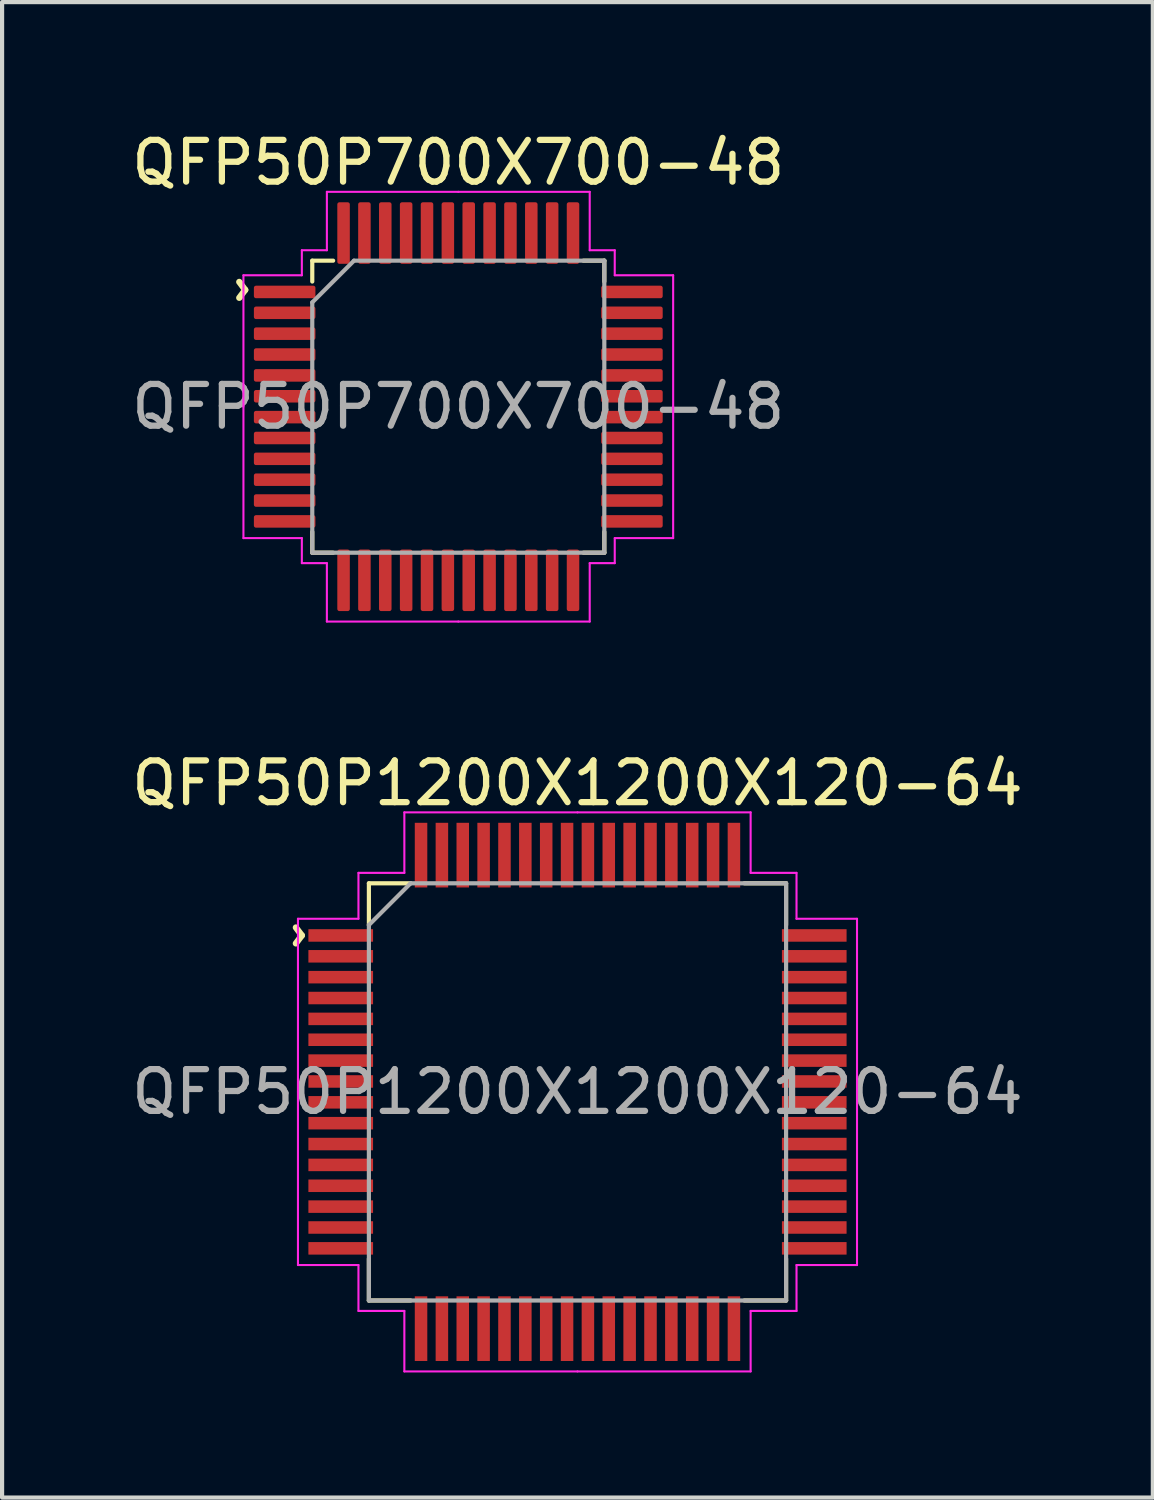
<source format=kicad_pcb>
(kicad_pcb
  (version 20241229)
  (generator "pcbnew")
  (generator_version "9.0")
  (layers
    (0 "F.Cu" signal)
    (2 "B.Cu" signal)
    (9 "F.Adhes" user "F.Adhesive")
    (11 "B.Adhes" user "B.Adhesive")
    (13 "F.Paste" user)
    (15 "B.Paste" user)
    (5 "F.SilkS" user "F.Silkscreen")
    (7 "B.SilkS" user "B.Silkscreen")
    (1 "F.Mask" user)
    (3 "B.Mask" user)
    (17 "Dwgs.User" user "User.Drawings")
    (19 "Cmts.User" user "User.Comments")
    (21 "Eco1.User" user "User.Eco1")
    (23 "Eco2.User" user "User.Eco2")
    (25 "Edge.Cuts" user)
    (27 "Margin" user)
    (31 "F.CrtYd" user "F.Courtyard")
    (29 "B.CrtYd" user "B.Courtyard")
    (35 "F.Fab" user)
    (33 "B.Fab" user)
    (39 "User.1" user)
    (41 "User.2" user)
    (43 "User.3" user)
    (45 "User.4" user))
  (footprint "QFP50P700X700-48"
    (layer "F.Cu")
    (at 7.935 6.698)
    (property "Reference" "QFP50P700X700-48" (at 0 -5.85 0) (layer "F.SilkS") (effects (font (size 1 1) (thickness 0.15))))
    (attr smd)
    (fp_line (start -3.5 -3.5) (end -3.5 -3) (stroke (width 0.1) (type solid)) (layer "F.SilkS"))
    (fp_line (start -3.5 3) (end -3.5 3.5) (stroke (width 0.1) (type solid)) (layer "F.SilkS"))
    (fp_line (start -3.5 3.5) (end -3 3.5) (stroke (width 0.1) (type solid)) (layer "F.SilkS"))
    (fp_line (start -3 -3.5) (end -3.5 -3.5) (stroke (width 0.1) (type solid)) (layer "F.SilkS"))
    (fp_line (start 3 3.5) (end 3.5 3.5) (stroke (width 0.1) (type solid)) (layer "F.SilkS"))
    (fp_line (start 3.5 -3.5) (end 3 -3.5) (stroke (width 0.1) (type solid)) (layer "F.SilkS"))
    (fp_line (start 3.5 -3) (end 3.5 -3.5) (stroke (width 0.1) (type solid)) (layer "F.SilkS"))
    (fp_line (start 3.5 3.5) (end 3.5 3) (stroke (width 0.1) (type solid)) (layer "F.SilkS"))
    (fp_line (start -5.15 -3.15) (end -5.15 0) (stroke (width 0.05) (type solid)) (layer "F.CrtYd"))
    (fp_line (start -5.15 3.15) (end -5.15 0) (stroke (width 0.05) (type solid)) (layer "F.CrtYd"))
    (fp_line (start -3.75 -3.75) (end -3.75 -3.15) (stroke (width 0.05) (type solid)) (layer "F.CrtYd"))
    (fp_line (start -3.75 -3.15) (end -5.15 -3.15) (stroke (width 0.05) (type solid)) (layer "F.CrtYd"))
    (fp_line (start -3.75 3.15) (end -5.15 3.15) (stroke (width 0.05) (type solid)) (layer "F.CrtYd"))
    (fp_line (start -3.75 3.75) (end -3.75 3.15) (stroke (width 0.05) (type solid)) (layer "F.CrtYd"))
    (fp_line (start -3.15 -5.15) (end -3.15 -3.75) (stroke (width 0.05) (type solid)) (layer "F.CrtYd"))
    (fp_line (start -3.15 -3.75) (end -3.75 -3.75) (stroke (width 0.05) (type solid)) (layer "F.CrtYd"))
    (fp_line (start -3.15 3.75) (end -3.75 3.75) (stroke (width 0.05) (type solid)) (layer "F.CrtYd"))
    (fp_line (start -3.15 5.15) (end -3.15 3.75) (stroke (width 0.05) (type solid)) (layer "F.CrtYd"))
    (fp_line (start 0 -5.15) (end -3.15 -5.15) (stroke (width 0.05) (type solid)) (layer "F.CrtYd"))
    (fp_line (start 0 -5.15) (end 3.15 -5.15) (stroke (width 0.05) (type solid)) (layer "F.CrtYd"))
    (fp_line (start 0 5.15) (end -3.15 5.15) (stroke (width 0.05) (type solid)) (layer "F.CrtYd"))
    (fp_line (start 0 5.15) (end 3.15 5.15) (stroke (width 0.05) (type solid)) (layer "F.CrtYd"))
    (fp_line (start 3.15 -5.15) (end 3.15 -3.75) (stroke (width 0.05) (type solid)) (layer "F.CrtYd"))
    (fp_line (start 3.15 -3.75) (end 3.75 -3.75) (stroke (width 0.05) (type solid)) (layer "F.CrtYd"))
    (fp_line (start 3.15 3.75) (end 3.75 3.75) (stroke (width 0.05) (type solid)) (layer "F.CrtYd"))
    (fp_line (start 3.15 5.15) (end 3.15 3.75) (stroke (width 0.05) (type solid)) (layer "F.CrtYd"))
    (fp_line (start 3.75 -3.75) (end 3.75 -3.15) (stroke (width 0.05) (type solid)) (layer "F.CrtYd"))
    (fp_line (start 3.75 -3.15) (end 5.15 -3.15) (stroke (width 0.05) (type solid)) (layer "F.CrtYd"))
    (fp_line (start 3.75 3.15) (end 5.15 3.15) (stroke (width 0.05) (type solid)) (layer "F.CrtYd"))
    (fp_line (start 3.75 3.75) (end 3.75 3.15) (stroke (width 0.05) (type solid)) (layer "F.CrtYd"))
    (fp_line (start 5.15 -3.15) (end 5.15 0) (stroke (width 0.05) (type solid)) (layer "F.CrtYd"))
    (fp_line (start 5.15 3.15) (end 5.15 0) (stroke (width 0.05) (type solid)) (layer "F.CrtYd"))
    (fp_line (start -3.5 -2.5) (end -2.5 -3.5) (stroke (width 0.1) (type solid)) (layer "F.Fab"))
    (fp_line (start -3.5 3.5) (end -3.5 -2.5) (stroke (width 0.1) (type solid)) (layer "F.Fab"))
    (fp_line (start -2.5 -3.5) (end 3.5 -3.5) (stroke (width 0.1) (type solid)) (layer "F.Fab"))
    (fp_line (start 3.5 -3.5) (end 3.5 3.5) (stroke (width 0.1) (type solid)) (layer "F.Fab"))
    (fp_line (start 3.5 3.5) (end -3.5 3.5) (stroke (width 0.1) (type solid)) (layer "F.Fab"))
    (fp_text user "^" (at -5.7 -2.8 270) (unlocked yes) (layer "F.SilkS") (effects (font (size 1 1) (thickness 0.15))))
    (fp_text user "${REFERENCE}" (at 0 0 0) (layer "F.Fab") (effects (font (size 1 1) (thickness 0.15))))
    (pad "1" smd roundrect (at -4.162 -2.75) (size 1.475 0.3) (layers "F.Cu" "F.Mask" "F.Paste") (roundrect_rratio 0.167))
    (pad "2" smd roundrect (at -4.162 -2.25) (size 1.475 0.3) (layers "F.Cu" "F.Mask" "F.Paste") (roundrect_rratio 0.167))
    (pad "3" smd roundrect (at -4.162 -1.75) (size 1.475 0.3) (layers "F.Cu" "F.Mask" "F.Paste") (roundrect_rratio 0.167))
    (pad "4" smd roundrect (at -4.162 -1.25) (size 1.475 0.3) (layers "F.Cu" "F.Mask" "F.Paste") (roundrect_rratio 0.167))
    (pad "5" smd roundrect (at -4.162 -0.75) (size 1.475 0.3) (layers "F.Cu" "F.Mask" "F.Paste") (roundrect_rratio 0.167))
    (pad "6" smd roundrect (at -4.162 -0.25) (size 1.475 0.3) (layers "F.Cu" "F.Mask" "F.Paste") (roundrect_rratio 0.167))
    (pad "7" smd roundrect (at -4.162 0.25) (size 1.475 0.3) (layers "F.Cu" "F.Mask" "F.Paste") (roundrect_rratio 0.167))
    (pad "8" smd roundrect (at -4.162 0.75) (size 1.475 0.3) (layers "F.Cu" "F.Mask" "F.Paste") (roundrect_rratio 0.167))
    (pad "9" smd roundrect (at -4.162 1.25) (size 1.475 0.3) (layers "F.Cu" "F.Mask" "F.Paste") (roundrect_rratio 0.167))
    (pad "10" smd roundrect (at -4.162 1.75) (size 1.475 0.3) (layers "F.Cu" "F.Mask" "F.Paste") (roundrect_rratio 0.167))
    (pad "11" smd roundrect (at -4.162 2.25) (size 1.475 0.3) (layers "F.Cu" "F.Mask" "F.Paste") (roundrect_rratio 0.167))
    (pad "12" smd roundrect (at -4.162 2.75) (size 1.475 0.3) (layers "F.Cu" "F.Mask" "F.Paste") (roundrect_rratio 0.167))
    (pad "13" smd roundrect (at -2.75 4.162) (size 0.3 1.475) (layers "F.Cu" "F.Mask" "F.Paste") (roundrect_rratio 0.167))
    (pad "14" smd roundrect (at -2.25 4.162) (size 0.3 1.475) (layers "F.Cu" "F.Mask" "F.Paste") (roundrect_rratio 0.167))
    (pad "15" smd roundrect (at -1.75 4.162) (size 0.3 1.475) (layers "F.Cu" "F.Mask" "F.Paste") (roundrect_rratio 0.167))
    (pad "16" smd roundrect (at -1.25 4.162) (size 0.3 1.475) (layers "F.Cu" "F.Mask" "F.Paste") (roundrect_rratio 0.167))
    (pad "17" smd roundrect (at -0.75 4.162) (size 0.3 1.475) (layers "F.Cu" "F.Mask" "F.Paste") (roundrect_rratio 0.167))
    (pad "18" smd roundrect (at -0.25 4.162) (size 0.3 1.475) (layers "F.Cu" "F.Mask" "F.Paste") (roundrect_rratio 0.167))
    (pad "19" smd roundrect (at 0.25 4.162) (size 0.3 1.475) (layers "F.Cu" "F.Mask" "F.Paste") (roundrect_rratio 0.167))
    (pad "20" smd roundrect (at 0.75 4.162) (size 0.3 1.475) (layers "F.Cu" "F.Mask" "F.Paste") (roundrect_rratio 0.167))
    (pad "21" smd roundrect (at 1.25 4.162) (size 0.3 1.475) (layers "F.Cu" "F.Mask" "F.Paste") (roundrect_rratio 0.167))
    (pad "22" smd roundrect (at 1.75 4.162) (size 0.3 1.475) (layers "F.Cu" "F.Mask" "F.Paste") (roundrect_rratio 0.167))
    (pad "23" smd roundrect (at 2.25 4.162) (size 0.3 1.475) (layers "F.Cu" "F.Mask" "F.Paste") (roundrect_rratio 0.167))
    (pad "24" smd roundrect (at 2.75 4.162) (size 0.3 1.475) (layers "F.Cu" "F.Mask" "F.Paste") (roundrect_rratio 0.167))
    (pad "25" smd roundrect (at 4.162 2.75) (size 1.475 0.3) (layers "F.Cu" "F.Mask" "F.Paste") (roundrect_rratio 0.167))
    (pad "26" smd roundrect (at 4.162 2.25) (size 1.475 0.3) (layers "F.Cu" "F.Mask" "F.Paste") (roundrect_rratio 0.167))
    (pad "27" smd roundrect (at 4.162 1.75) (size 1.475 0.3) (layers "F.Cu" "F.Mask" "F.Paste") (roundrect_rratio 0.167))
    (pad "28" smd roundrect (at 4.162 1.25) (size 1.475 0.3) (layers "F.Cu" "F.Mask" "F.Paste") (roundrect_rratio 0.167))
    (pad "29" smd roundrect (at 4.162 0.75) (size 1.475 0.3) (layers "F.Cu" "F.Mask" "F.Paste") (roundrect_rratio 0.167))
    (pad "30" smd roundrect (at 4.162 0.25) (size 1.475 0.3) (layers "F.Cu" "F.Mask" "F.Paste") (roundrect_rratio 0.167))
    (pad "31" smd roundrect (at 4.162 -0.25) (size 1.475 0.3) (layers "F.Cu" "F.Mask" "F.Paste") (roundrect_rratio 0.167))
    (pad "32" smd roundrect (at 4.162 -0.75) (size 1.475 0.3) (layers "F.Cu" "F.Mask" "F.Paste") (roundrect_rratio 0.167))
    (pad "33" smd roundrect (at 4.162 -1.25) (size 1.475 0.3) (layers "F.Cu" "F.Mask" "F.Paste") (roundrect_rratio 0.167))
    (pad "34" smd roundrect (at 4.162 -1.75) (size 1.475 0.3) (layers "F.Cu" "F.Mask" "F.Paste") (roundrect_rratio 0.167))
    (pad "35" smd roundrect (at 4.162 -2.25) (size 1.475 0.3) (layers "F.Cu" "F.Mask" "F.Paste") (roundrect_rratio 0.167))
    (pad "36" smd roundrect (at 4.162 -2.75) (size 1.475 0.3) (layers "F.Cu" "F.Mask" "F.Paste") (roundrect_rratio 0.167))
    (pad "37" smd roundrect (at 2.75 -4.162) (size 0.3 1.475) (layers "F.Cu" "F.Mask" "F.Paste") (roundrect_rratio 0.167))
    (pad "38" smd roundrect (at 2.25 -4.162) (size 0.3 1.475) (layers "F.Cu" "F.Mask" "F.Paste") (roundrect_rratio 0.167))
    (pad "39" smd roundrect (at 1.75 -4.162) (size 0.3 1.475) (layers "F.Cu" "F.Mask" "F.Paste") (roundrect_rratio 0.167))
    (pad "40" smd roundrect (at 1.25 -4.162) (size 0.3 1.475) (layers "F.Cu" "F.Mask" "F.Paste") (roundrect_rratio 0.167))
    (pad "41" smd roundrect (at 0.75 -4.162) (size 0.3 1.475) (layers "F.Cu" "F.Mask" "F.Paste") (roundrect_rratio 0.167))
    (pad "42" smd roundrect (at 0.25 -4.162) (size 0.3 1.475) (layers "F.Cu" "F.Mask" "F.Paste") (roundrect_rratio 0.167))
    (pad "43" smd roundrect (at -0.25 -4.162) (size 0.3 1.475) (layers "F.Cu" "F.Mask" "F.Paste") (roundrect_rratio 0.167))
    (pad "44" smd roundrect (at -0.75 -4.162) (size 0.3 1.475) (layers "F.Cu" "F.Mask" "F.Paste") (roundrect_rratio 0.167))
    (pad "45" smd roundrect (at -1.25 -4.162) (size 0.3 1.475) (layers "F.Cu" "F.Mask" "F.Paste") (roundrect_rratio 0.167))
    (pad "46" smd roundrect (at -1.75 -4.162) (size 0.3 1.475) (layers "F.Cu" "F.Mask" "F.Paste") (roundrect_rratio 0.167))
    (pad "47" smd roundrect (at -2.25 -4.162) (size 0.3 1.475) (layers "F.Cu" "F.Mask" "F.Paste") (roundrect_rratio 0.167))
    (pad "48" smd roundrect (at -2.75 -4.162) (size 0.3 1.475) (layers "F.Cu" "F.Mask" "F.Paste") (roundrect_rratio 0.167)))
  (footprint "QFP50P1200X1200X120-64"
    (layer "F.Cu")
    (at 10.792 23.122)
    (property "Reference" "QFP50P1200X1200X120-64" (at 0 -7.4 0) (layer "F.SilkS") (effects (font (size 1 1) (thickness 0.15))))
    (attr smd)
    (fp_line (start -5 -5) (end -5 -4) (stroke (width 0.1) (type solid)) (layer "F.SilkS"))
    (fp_line (start -5 4) (end -5 5) (stroke (width 0.1) (type solid)) (layer "F.SilkS"))
    (fp_line (start -5 5) (end -4 5) (stroke (width 0.1) (type solid)) (layer "F.SilkS"))
    (fp_line (start -4 -5) (end -5 -5) (stroke (width 0.1) (type solid)) (layer "F.SilkS"))
    (fp_line (start 4 5) (end 5 5) (stroke (width 0.1) (type solid)) (layer "F.SilkS"))
    (fp_line (start 5 -5) (end 4 -5) (stroke (width 0.1) (type solid)) (layer "F.SilkS"))
    (fp_line (start 5 -4) (end 5 -5) (stroke (width 0.1) (type solid)) (layer "F.SilkS"))
    (fp_line (start 5 5) (end 5 4) (stroke (width 0.1) (type solid)) (layer "F.SilkS"))
    (fp_line (start -6.7 -4.15) (end -6.7 0) (stroke (width 0.05) (type solid)) (layer "F.CrtYd"))
    (fp_line (start -6.7 4.15) (end -6.7 0) (stroke (width 0.05) (type solid)) (layer "F.CrtYd"))
    (fp_line (start -5.25 -5.25) (end -5.25 -4.15) (stroke (width 0.05) (type solid)) (layer "F.CrtYd"))
    (fp_line (start -5.25 -4.15) (end -6.7 -4.15) (stroke (width 0.05) (type solid)) (layer "F.CrtYd"))
    (fp_line (start -5.25 4.15) (end -6.7 4.15) (stroke (width 0.05) (type solid)) (layer "F.CrtYd"))
    (fp_line (start -5.25 5.25) (end -5.25 4.15) (stroke (width 0.05) (type solid)) (layer "F.CrtYd"))
    (fp_line (start -4.15 -6.7) (end -4.15 -5.25) (stroke (width 0.05) (type solid)) (layer "F.CrtYd"))
    (fp_line (start -4.15 -5.25) (end -5.25 -5.25) (stroke (width 0.05) (type solid)) (layer "F.CrtYd"))
    (fp_line (start -4.15 5.25) (end -5.25 5.25) (stroke (width 0.05) (type solid)) (layer "F.CrtYd"))
    (fp_line (start -4.15 6.7) (end -4.15 5.25) (stroke (width 0.05) (type solid)) (layer "F.CrtYd"))
    (fp_line (start 0 -6.7) (end -4.15 -6.7) (stroke (width 0.05) (type solid)) (layer "F.CrtYd"))
    (fp_line (start 0 -6.7) (end 4.15 -6.7) (stroke (width 0.05) (type solid)) (layer "F.CrtYd"))
    (fp_line (start 0 6.7) (end -4.15 6.7) (stroke (width 0.05) (type solid)) (layer "F.CrtYd"))
    (fp_line (start 0 6.7) (end 4.15 6.7) (stroke (width 0.05) (type solid)) (layer "F.CrtYd"))
    (fp_line (start 4.15 -6.7) (end 4.15 -5.25) (stroke (width 0.05) (type solid)) (layer "F.CrtYd"))
    (fp_line (start 4.15 -5.25) (end 5.25 -5.25) (stroke (width 0.05) (type solid)) (layer "F.CrtYd"))
    (fp_line (start 4.15 5.25) (end 5.25 5.25) (stroke (width 0.05) (type solid)) (layer "F.CrtYd"))
    (fp_line (start 4.15 6.7) (end 4.15 5.25) (stroke (width 0.05) (type solid)) (layer "F.CrtYd"))
    (fp_line (start 5.25 -5.25) (end 5.25 -4.15) (stroke (width 0.05) (type solid)) (layer "F.CrtYd"))
    (fp_line (start 5.25 -4.15) (end 6.7 -4.15) (stroke (width 0.05) (type solid)) (layer "F.CrtYd"))
    (fp_line (start 5.25 4.15) (end 6.7 4.15) (stroke (width 0.05) (type solid)) (layer "F.CrtYd"))
    (fp_line (start 5.25 5.25) (end 5.25 4.15) (stroke (width 0.05) (type solid)) (layer "F.CrtYd"))
    (fp_line (start 6.7 -4.15) (end 6.7 0) (stroke (width 0.05) (type solid)) (layer "F.CrtYd"))
    (fp_line (start 6.7 4.15) (end 6.7 0) (stroke (width 0.05) (type solid)) (layer "F.CrtYd"))
    (fp_line (start -5 -4) (end -4 -5) (stroke (width 0.1) (type solid)) (layer "F.Fab"))
    (fp_line (start -5 5) (end -5 -4) (stroke (width 0.1) (type solid)) (layer "F.Fab"))
    (fp_line (start -4 -5) (end 5 -5) (stroke (width 0.1) (type solid)) (layer "F.Fab"))
    (fp_line (start 5 -5) (end 5 5) (stroke (width 0.1) (type solid)) (layer "F.Fab"))
    (fp_line (start 5 5) (end -5 5) (stroke (width 0.1) (type solid)) (layer "F.Fab"))
    (fp_text user "^" (at -7.2 -3.75 270) (unlocked yes) (layer "F.SilkS") (effects (font (size 1 1) (thickness 0.15))))
    (fp_text user "${REFERENCE}" (at 0 0 0) (layer "F.Fab") (effects (font (size 1 1) (thickness 0.15))))
    (pad "1" smd rect (at -5.675 -3.75) (size 1.55 0.3) (layers "F.Cu" "F.Mask" "F.Paste"))
    (pad "2" smd rect (at -5.675 -3.25) (size 1.55 0.3) (layers "F.Cu" "F.Mask" "F.Paste"))
    (pad "3" smd rect (at -5.675 -2.75) (size 1.55 0.3) (layers "F.Cu" "F.Mask" "F.Paste"))
    (pad "4" smd rect (at -5.675 -2.25) (size 1.55 0.3) (layers "F.Cu" "F.Mask" "F.Paste"))
    (pad "5" smd rect (at -5.675 -1.75) (size 1.55 0.3) (layers "F.Cu" "F.Mask" "F.Paste"))
    (pad "6" smd rect (at -5.675 -1.25) (size 1.55 0.3) (layers "F.Cu" "F.Mask" "F.Paste"))
    (pad "7" smd rect (at -5.675 -0.75) (size 1.55 0.3) (layers "F.Cu" "F.Mask" "F.Paste"))
    (pad "8" smd rect (at -5.675 -0.25) (size 1.55 0.3) (layers "F.Cu" "F.Mask" "F.Paste"))
    (pad "9" smd rect (at -5.675 0.25) (size 1.55 0.3) (layers "F.Cu" "F.Mask" "F.Paste"))
    (pad "10" smd rect (at -5.675 0.75) (size 1.55 0.3) (layers "F.Cu" "F.Mask" "F.Paste"))
    (pad "11" smd rect (at -5.675 1.25) (size 1.55 0.3) (layers "F.Cu" "F.Mask" "F.Paste"))
    (pad "12" smd rect (at -5.675 1.75) (size 1.55 0.3) (layers "F.Cu" "F.Mask" "F.Paste"))
    (pad "13" smd rect (at -5.675 2.25) (size 1.55 0.3) (layers "F.Cu" "F.Mask" "F.Paste"))
    (pad "14" smd rect (at -5.675 2.75) (size 1.55 0.3) (layers "F.Cu" "F.Mask" "F.Paste"))
    (pad "15" smd rect (at -5.675 3.25) (size 1.55 0.3) (layers "F.Cu" "F.Mask" "F.Paste"))
    (pad "16" smd rect (at -5.675 3.75) (size 1.55 0.3) (layers "F.Cu" "F.Mask" "F.Paste"))
    (pad "17" smd rect (at -3.75 5.675) (size 0.3 1.55) (layers "F.Cu" "F.Mask" "F.Paste"))
    (pad "18" smd rect (at -3.25 5.675) (size 0.3 1.55) (layers "F.Cu" "F.Mask" "F.Paste"))
    (pad "19" smd rect (at -2.75 5.675) (size 0.3 1.55) (layers "F.Cu" "F.Mask" "F.Paste"))
    (pad "20" smd rect (at -2.25 5.675) (size 0.3 1.55) (layers "F.Cu" "F.Mask" "F.Paste"))
    (pad "21" smd rect (at -1.75 5.675) (size 0.3 1.55) (layers "F.Cu" "F.Mask" "F.Paste"))
    (pad "22" smd rect (at -1.25 5.675) (size 0.3 1.55) (layers "F.Cu" "F.Mask" "F.Paste"))
    (pad "23" smd rect (at -0.75 5.675) (size 0.3 1.55) (layers "F.Cu" "F.Mask" "F.Paste"))
    (pad "24" smd rect (at -0.25 5.675) (size 0.3 1.55) (layers "F.Cu" "F.Mask" "F.Paste"))
    (pad "25" smd rect (at 0.25 5.675) (size 0.3 1.55) (layers "F.Cu" "F.Mask" "F.Paste"))
    (pad "26" smd rect (at 0.75 5.675) (size 0.3 1.55) (layers "F.Cu" "F.Mask" "F.Paste"))
    (pad "27" smd rect (at 1.25 5.675) (size 0.3 1.55) (layers "F.Cu" "F.Mask" "F.Paste"))
    (pad "28" smd rect (at 1.75 5.675) (size 0.3 1.55) (layers "F.Cu" "F.Mask" "F.Paste"))
    (pad "29" smd rect (at 2.25 5.675) (size 0.3 1.55) (layers "F.Cu" "F.Mask" "F.Paste"))
    (pad "30" smd rect (at 2.75 5.675) (size 0.3 1.55) (layers "F.Cu" "F.Mask" "F.Paste"))
    (pad "31" smd rect (at 3.25 5.675) (size 0.3 1.55) (layers "F.Cu" "F.Mask" "F.Paste"))
    (pad "32" smd rect (at 3.75 5.675) (size 0.3 1.55) (layers "F.Cu" "F.Mask" "F.Paste"))
    (pad "33" smd rect (at 5.675 3.75) (size 1.55 0.3) (layers "F.Cu" "F.Mask" "F.Paste"))
    (pad "34" smd rect (at 5.675 3.25) (size 1.55 0.3) (layers "F.Cu" "F.Mask" "F.Paste"))
    (pad "35" smd rect (at 5.675 2.75) (size 1.55 0.3) (layers "F.Cu" "F.Mask" "F.Paste"))
    (pad "36" smd rect (at 5.675 2.25) (size 1.55 0.3) (layers "F.Cu" "F.Mask" "F.Paste"))
    (pad "37" smd rect (at 5.675 1.75) (size 1.55 0.3) (layers "F.Cu" "F.Mask" "F.Paste"))
    (pad "38" smd rect (at 5.675 1.25) (size 1.55 0.3) (layers "F.Cu" "F.Mask" "F.Paste"))
    (pad "39" smd rect (at 5.675 0.75) (size 1.55 0.3) (layers "F.Cu" "F.Mask" "F.Paste"))
    (pad "40" smd rect (at 5.675 0.25) (size 1.55 0.3) (layers "F.Cu" "F.Mask" "F.Paste"))
    (pad "41" smd rect (at 5.675 -0.25) (size 1.55 0.3) (layers "F.Cu" "F.Mask" "F.Paste"))
    (pad "42" smd rect (at 5.675 -0.75) (size 1.55 0.3) (layers "F.Cu" "F.Mask" "F.Paste"))
    (pad "43" smd rect (at 5.675 -1.25) (size 1.55 0.3) (layers "F.Cu" "F.Mask" "F.Paste"))
    (pad "44" smd rect (at 5.675 -1.75) (size 1.55 0.3) (layers "F.Cu" "F.Mask" "F.Paste"))
    (pad "45" smd rect (at 5.675 -2.25) (size 1.55 0.3) (layers "F.Cu" "F.Mask" "F.Paste"))
    (pad "46" smd rect (at 5.675 -2.75) (size 1.55 0.3) (layers "F.Cu" "F.Mask" "F.Paste"))
    (pad "47" smd rect (at 5.675 -3.25) (size 1.55 0.3) (layers "F.Cu" "F.Mask" "F.Paste"))
    (pad "48" smd rect (at 5.675 -3.75) (size 1.55 0.3) (layers "F.Cu" "F.Mask" "F.Paste"))
    (pad "49" smd rect (at 3.75 -5.675) (size 0.3 1.55) (layers "F.Cu" "F.Mask" "F.Paste"))
    (pad "50" smd rect (at 3.25 -5.675) (size 0.3 1.55) (layers "F.Cu" "F.Mask" "F.Paste"))
    (pad "51" smd rect (at 2.75 -5.675) (size 0.3 1.55) (layers "F.Cu" "F.Mask" "F.Paste"))
    (pad "52" smd rect (at 2.25 -5.675) (size 0.3 1.55) (layers "F.Cu" "F.Mask" "F.Paste"))
    (pad "53" smd rect (at 1.75 -5.675) (size 0.3 1.55) (layers "F.Cu" "F.Mask" "F.Paste"))
    (pad "54" smd rect (at 1.25 -5.675) (size 0.3 1.55) (layers "F.Cu" "F.Mask" "F.Paste"))
    (pad "55" smd rect (at 0.75 -5.675) (size 0.3 1.55) (layers "F.Cu" "F.Mask" "F.Paste"))
    (pad "56" smd rect (at 0.25 -5.675) (size 0.3 1.55) (layers "F.Cu" "F.Mask" "F.Paste"))
    (pad "57" smd rect (at -0.25 -5.675) (size 0.3 1.55) (layers "F.Cu" "F.Mask" "F.Paste"))
    (pad "58" smd rect (at -0.75 -5.675) (size 0.3 1.55) (layers "F.Cu" "F.Mask" "F.Paste"))
    (pad "59" smd rect (at -1.25 -5.675) (size 0.3 1.55) (layers "F.Cu" "F.Mask" "F.Paste"))
    (pad "60" smd rect (at -1.75 -5.675) (size 0.3 1.55) (layers "F.Cu" "F.Mask" "F.Paste"))
    (pad "61" smd rect (at -2.25 -5.675) (size 0.3 1.55) (layers "F.Cu" "F.Mask" "F.Paste"))
    (pad "62" smd rect (at -2.75 -5.675) (size 0.3 1.55) (layers "F.Cu" "F.Mask" "F.Paste"))
    (pad "63" smd rect (at -3.25 -5.675) (size 0.3 1.55) (layers "F.Cu" "F.Mask" "F.Paste"))
    (pad "64" smd rect (at -3.75 -5.675) (size 0.3 1.55) (layers "F.Cu" "F.Mask" "F.Paste")))
  (gr_rect
    (start -3 -3)
    (end 24.583 32.846)
    (stroke (width 0.1) (type default))
    (fill no)
    (layer "Edge.Cuts")))
</source>
